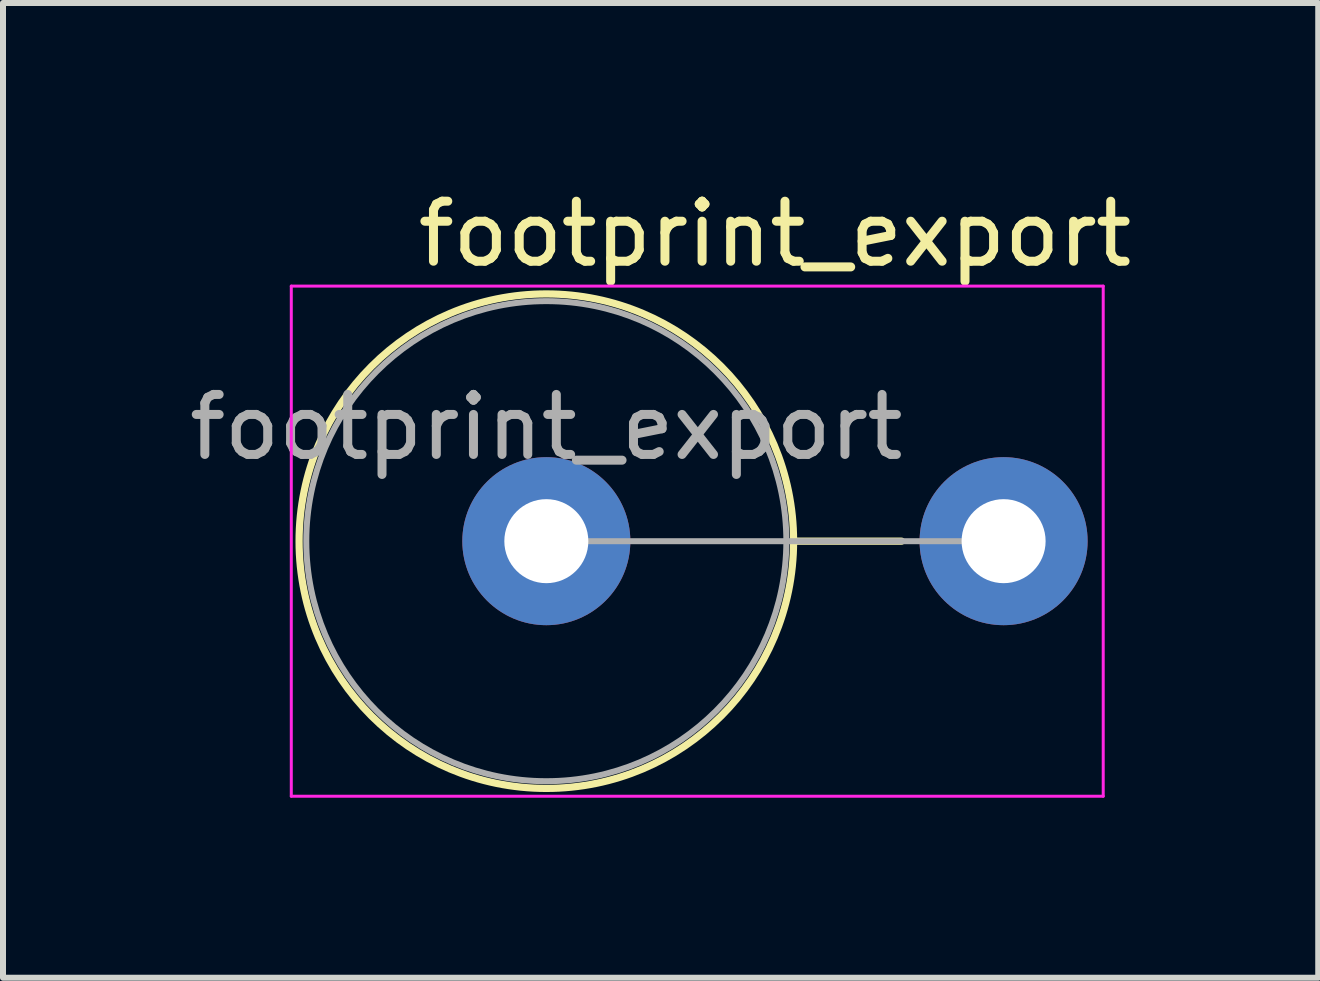
<source format=kicad_pcb>
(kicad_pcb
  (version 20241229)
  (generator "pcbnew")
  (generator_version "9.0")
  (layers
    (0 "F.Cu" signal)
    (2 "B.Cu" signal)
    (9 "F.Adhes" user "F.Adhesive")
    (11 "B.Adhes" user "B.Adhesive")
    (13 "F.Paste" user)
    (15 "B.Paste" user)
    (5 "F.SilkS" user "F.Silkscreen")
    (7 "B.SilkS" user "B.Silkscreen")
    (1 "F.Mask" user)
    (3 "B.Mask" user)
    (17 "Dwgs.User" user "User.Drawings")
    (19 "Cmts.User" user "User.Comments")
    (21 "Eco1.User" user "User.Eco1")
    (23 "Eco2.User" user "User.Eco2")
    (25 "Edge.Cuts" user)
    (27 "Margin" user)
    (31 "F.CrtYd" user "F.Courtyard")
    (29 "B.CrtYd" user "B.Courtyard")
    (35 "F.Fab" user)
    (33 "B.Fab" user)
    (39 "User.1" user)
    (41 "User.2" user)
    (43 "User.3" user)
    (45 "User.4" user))
  (footprint "footprint_export"
    (layer "F.Cu")
    (at 6.054 5.968)
    (property "Reference" "footprint_export" (at 3.81 -5.12 0) (layer "F.SilkS") (effects (font (size 1 1) (thickness 0.15))))
    (attr through_hole)
    (fp_line (start 4.12 0) (end 5.92 0) (stroke (width 0.12) (type solid)) (layer "F.SilkS"))
    (fp_circle (center 0 0) (end 4.12 0) (stroke (width 0.12) (type solid)) (fill no) (layer "F.SilkS"))
    (fp_line (start -4.25 -4.25) (end -4.25 4.25) (stroke (width 0.05) (type solid)) (layer "F.CrtYd"))
    (fp_line (start -4.25 4.25) (end 9.28 4.25) (stroke (width 0.05) (type solid)) (layer "F.CrtYd"))
    (fp_line (start 9.28 -4.25) (end -4.25 -4.25) (stroke (width 0.05) (type solid)) (layer "F.CrtYd"))
    (fp_line (start 9.28 4.25) (end 9.28 -4.25) (stroke (width 0.05) (type solid)) (layer "F.CrtYd"))
    (fp_line (start 0 0) (end 7.62 0) (stroke (width 0.1) (type solid)) (layer "F.Fab"))
    (fp_circle (center 0 0) (end 4 0) (stroke (width 0.1) (type solid)) (fill no) (layer "F.Fab"))
    (fp_text user "${REFERENCE}" (at 0 -1.9 0) (layer "F.Fab") (effects (font (size 1 1) (thickness 0.15))))
    (pad "1" thru_hole circle (at 0 0) (size 2.8 2.8) (drill 1.4) (layers "*.Cu" "*.Mask"))
    (pad "2" thru_hole oval (at 7.62 0) (size 2.8 2.8) (drill 1.4) (layers "*.Cu" "*.Mask")))
  (gr_rect
    (start -3 -3)
    (end 18.917 13.243)
    (stroke (width 0.1) (type default))
    (fill no)
    (layer "Edge.Cuts")))
</source>
